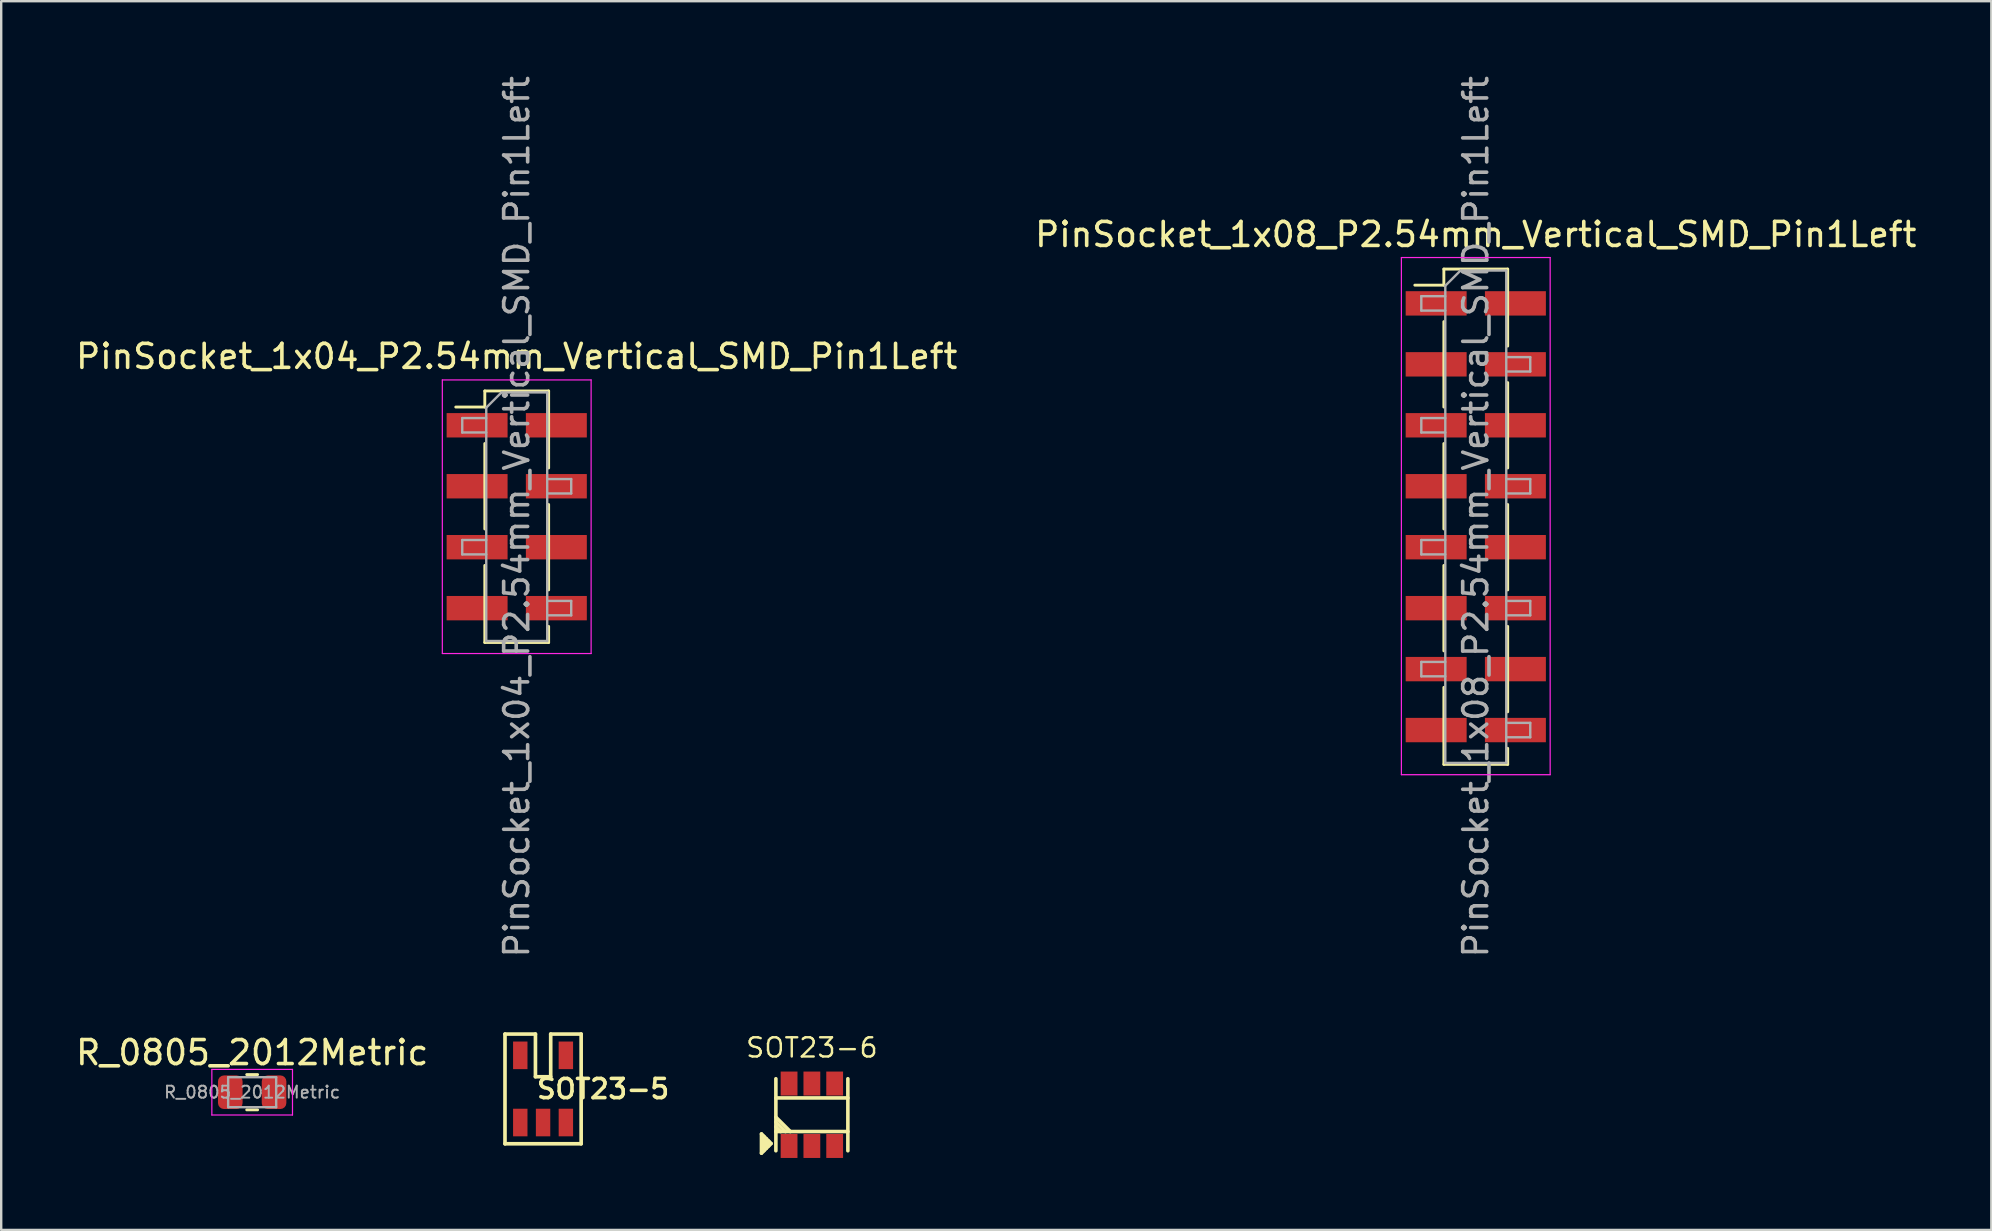
<source format=kicad_pcb>
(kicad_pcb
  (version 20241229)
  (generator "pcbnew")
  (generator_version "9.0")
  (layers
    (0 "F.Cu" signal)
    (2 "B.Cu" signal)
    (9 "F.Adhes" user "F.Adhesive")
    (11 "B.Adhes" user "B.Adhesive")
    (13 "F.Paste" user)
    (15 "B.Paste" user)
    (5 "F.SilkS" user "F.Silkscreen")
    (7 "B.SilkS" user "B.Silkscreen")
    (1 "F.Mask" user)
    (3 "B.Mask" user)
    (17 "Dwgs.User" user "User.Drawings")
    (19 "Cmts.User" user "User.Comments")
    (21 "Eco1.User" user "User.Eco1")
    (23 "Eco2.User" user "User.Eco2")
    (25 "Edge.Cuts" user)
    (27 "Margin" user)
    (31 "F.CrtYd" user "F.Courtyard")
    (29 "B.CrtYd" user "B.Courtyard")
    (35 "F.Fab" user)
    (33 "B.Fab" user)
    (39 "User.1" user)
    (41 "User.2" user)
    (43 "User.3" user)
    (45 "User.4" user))
  (footprint "PinSocket_1x04_P2.54mm_Vertical_SMD_Pin1Left"
    (layer "F.Cu")
    (at 18.482 18.482)
    (property "Reference" "PinSocket_1x04_P2.54mm_Vertical_SMD_Pin1Left" (at 0 -6.68 0) (layer "F.SilkS") (effects (font (size 1 1) (thickness 0.15))))
    (attr smd)
    (fp_line (start -2.54 -4.57) (end -1.33 -4.57) (stroke (width 0.12) (type solid)) (layer "F.SilkS"))
    (fp_line (start -1.33 -5.24) (end -1.33 -4.57) (stroke (width 0.12) (type solid)) (layer "F.SilkS"))
    (fp_line (start -1.33 -5.24) (end 1.33 -5.24) (stroke (width 0.12) (type solid)) (layer "F.SilkS"))
    (fp_line (start -1.33 -3.05) (end -1.33 0.51) (stroke (width 0.12) (type solid)) (layer "F.SilkS"))
    (fp_line (start -1.33 2.03) (end -1.33 5.24) (stroke (width 0.12) (type solid)) (layer "F.SilkS"))
    (fp_line (start -1.33 5.24) (end 1.33 5.24) (stroke (width 0.12) (type solid)) (layer "F.SilkS"))
    (fp_line (start 1.33 -5.24) (end 1.33 -2.03) (stroke (width 0.12) (type solid)) (layer "F.SilkS"))
    (fp_line (start 1.33 -0.51) (end 1.33 3.05) (stroke (width 0.12) (type solid)) (layer "F.SilkS"))
    (fp_line (start 1.33 4.57) (end 1.33 5.24) (stroke (width 0.12) (type solid)) (layer "F.SilkS"))
    (fp_line (start -3.1 -5.7) (end 3.1 -5.7) (stroke (width 0.05) (type solid)) (layer "F.CrtYd"))
    (fp_line (start -3.1 5.7) (end -3.1 -5.7) (stroke (width 0.05) (type solid)) (layer "F.CrtYd"))
    (fp_line (start 3.1 -5.7) (end 3.1 5.7) (stroke (width 0.05) (type solid)) (layer "F.CrtYd"))
    (fp_line (start 3.1 5.7) (end -3.1 5.7) (stroke (width 0.05) (type solid)) (layer "F.CrtYd"))
    (fp_line (start -2.27 -4.11) (end -1.27 -4.11) (stroke (width 0.1) (type solid)) (layer "F.Fab"))
    (fp_line (start -2.27 -3.51) (end -2.27 -4.11) (stroke (width 0.1) (type solid)) (layer "F.Fab"))
    (fp_line (start -2.27 0.97) (end -1.27 0.97) (stroke (width 0.1) (type solid)) (layer "F.Fab"))
    (fp_line (start -2.27 1.57) (end -2.27 0.97) (stroke (width 0.1) (type solid)) (layer "F.Fab"))
    (fp_line (start -1.27 -4.545) (end -0.635 -5.18) (stroke (width 0.1) (type solid)) (layer "F.Fab"))
    (fp_line (start -1.27 -3.51) (end -2.27 -3.51) (stroke (width 0.1) (type solid)) (layer "F.Fab"))
    (fp_line (start -1.27 1.57) (end -2.27 1.57) (stroke (width 0.1) (type solid)) (layer "F.Fab"))
    (fp_line (start -1.27 5.18) (end -1.27 -4.545) (stroke (width 0.1) (type solid)) (layer "F.Fab"))
    (fp_line (start -0.635 -5.18) (end 1.27 -5.18) (stroke (width 0.1) (type solid)) (layer "F.Fab"))
    (fp_line (start 1.27 -5.18) (end 1.27 5.18) (stroke (width 0.1) (type solid)) (layer "F.Fab"))
    (fp_line (start 1.27 -1.57) (end 2.27 -1.57) (stroke (width 0.1) (type solid)) (layer "F.Fab"))
    (fp_line (start 1.27 3.51) (end 2.27 3.51) (stroke (width 0.1) (type solid)) (layer "F.Fab"))
    (fp_line (start 1.27 5.18) (end -1.27 5.18) (stroke (width 0.1) (type solid)) (layer "F.Fab"))
    (fp_line (start 2.27 -1.57) (end 2.27 -0.97) (stroke (width 0.1) (type solid)) (layer "F.Fab"))
    (fp_line (start 2.27 -0.97) (end 1.27 -0.97) (stroke (width 0.1) (type solid)) (layer "F.Fab"))
    (fp_line (start 2.27 3.51) (end 2.27 4.11) (stroke (width 0.1) (type solid)) (layer "F.Fab"))
    (fp_line (start 2.27 4.11) (end 1.27 4.11) (stroke (width 0.1) (type solid)) (layer "F.Fab"))
    (fp_text user "${REFERENCE}" (at 0 0 90) (layer "F.Fab") (effects (font (size 1 1) (thickness 0.15))))
    (pad "1" smd rect (at -1.651 -3.81) (size 2.54 1.016) (layers "F.Cu" "F.Mask" "F.Paste"))
    (pad "1" smd rect (at 1.651 -3.81) (size 2.54 1.016) (layers "F.Cu" "F.Mask" "F.Paste"))
    (pad "2" smd rect (at -1.651 -1.27) (size 2.54 1.016) (layers "F.Cu" "F.Mask" "F.Paste"))
    (pad "2" smd rect (at 1.651 -1.27) (size 2.54 1.016) (layers "F.Cu" "F.Mask" "F.Paste"))
    (pad "3" smd rect (at -1.651 1.27) (size 2.54 1.016) (layers "F.Cu" "F.Mask" "F.Paste"))
    (pad "3" smd rect (at 1.651 1.27) (size 2.54 1.016) (layers "F.Cu" "F.Mask" "F.Paste"))
    (pad "4" smd rect (at -1.651 3.81) (size 2.54 1.016) (layers "F.Cu" "F.Mask" "F.Paste"))
    (pad "4" smd rect (at 1.651 3.81) (size 2.54 1.016) (layers "F.Cu" "F.Mask" "F.Paste")))
  (footprint "SOT23-5"
    (layer "F.Cu")
    (at 19.58 42.326)
    (property "Reference" "SOT23-5" (at 2.5 0 0) (layer "F.SilkS") (effects (font (size 0.8 0.8) (thickness 0.15))))
    (attr smd)
    (fp_line (start -1.587 -2.286) (end -1.587 2.286) (stroke (width 0.152) (type solid)) (layer "F.SilkS"))
    (fp_line (start -1.587 2.286) (end 1.587 2.286) (stroke (width 0.152) (type solid)) (layer "F.SilkS"))
    (fp_line (start -0.318 -2.286) (end -1.587 -2.286) (stroke (width 0.152) (type solid)) (layer "F.SilkS"))
    (fp_line (start -0.318 -2.286) (end -0.318 -0.508) (stroke (width 0.152) (type solid)) (layer "F.SilkS"))
    (fp_line (start -0.318 -0.508) (end 0.318 -0.508) (stroke (width 0.152) (type solid)) (layer "F.SilkS"))
    (fp_line (start 0.318 -2.286) (end 1.587 -2.286) (stroke (width 0.152) (type solid)) (layer "F.SilkS"))
    (fp_line (start 0.318 -0.508) (end 0.318 -2.286) (stroke (width 0.152) (type solid)) (layer "F.SilkS"))
    (fp_line (start 1.587 2.286) (end 1.587 -2.286) (stroke (width 0.152) (type solid)) (layer "F.SilkS"))
    (pad "1" smd rect (at -0.95 1.4) (size 0.6 1.15) (layers "F.Cu" "F.Mask" "F.Paste"))
    (pad "2" smd rect (at 0 1.4) (size 0.6 1.15) (layers "F.Cu" "F.Mask" "F.Paste"))
    (pad "3" smd rect (at 0.95 1.4) (size 0.6 1.15) (layers "F.Cu" "F.Mask" "F.Paste"))
    (pad "4" smd rect (at 0.95 -1.4) (size 0.6 1.15) (layers "F.Cu" "F.Mask" "F.Paste"))
    (pad "5" smd rect (at -0.95 -1.4) (size 0.6 1.15) (layers "F.Cu" "F.Mask" "F.Paste")))
  (footprint "PinSocket_1x08_P2.54mm_Vertical_SMD_Pin1Left"
    (layer "F.Cu")
    (at 58.446 18.482)
    (property "Reference" "PinSocket_1x08_P2.54mm_Vertical_SMD_Pin1Left" (at 0 -11.76 0) (layer "F.SilkS") (effects (font (size 1 1) (thickness 0.15))))
    (attr smd)
    (fp_line (start -2.54 -9.65) (end -1.33 -9.65) (stroke (width 0.12) (type solid)) (layer "F.SilkS"))
    (fp_line (start -1.33 -10.32) (end -1.33 -9.65) (stroke (width 0.12) (type solid)) (layer "F.SilkS"))
    (fp_line (start -1.33 -10.32) (end 1.33 -10.32) (stroke (width 0.12) (type solid)) (layer "F.SilkS"))
    (fp_line (start -1.33 -8.13) (end -1.33 -4.57) (stroke (width 0.12) (type solid)) (layer "F.SilkS"))
    (fp_line (start -1.33 -3.05) (end -1.33 0.51) (stroke (width 0.12) (type solid)) (layer "F.SilkS"))
    (fp_line (start -1.33 2.03) (end -1.33 5.59) (stroke (width 0.12) (type solid)) (layer "F.SilkS"))
    (fp_line (start -1.33 7.11) (end -1.33 10.32) (stroke (width 0.12) (type solid)) (layer "F.SilkS"))
    (fp_line (start -1.33 10.32) (end 1.33 10.32) (stroke (width 0.12) (type solid)) (layer "F.SilkS"))
    (fp_line (start 1.33 -10.32) (end 1.33 -7.11) (stroke (width 0.12) (type solid)) (layer "F.SilkS"))
    (fp_line (start 1.33 -5.59) (end 1.33 -2.03) (stroke (width 0.12) (type solid)) (layer "F.SilkS"))
    (fp_line (start 1.33 -0.51) (end 1.33 3.05) (stroke (width 0.12) (type solid)) (layer "F.SilkS"))
    (fp_line (start 1.33 4.57) (end 1.33 8.13) (stroke (width 0.12) (type solid)) (layer "F.SilkS"))
    (fp_line (start 1.33 9.65) (end 1.33 10.32) (stroke (width 0.12) (type solid)) (layer "F.SilkS"))
    (fp_line (start -3.1 -10.8) (end 3.1 -10.8) (stroke (width 0.05) (type solid)) (layer "F.CrtYd"))
    (fp_line (start -3.1 10.75) (end -3.1 -10.8) (stroke (width 0.05) (type solid)) (layer "F.CrtYd"))
    (fp_line (start 3.1 -10.8) (end 3.1 10.75) (stroke (width 0.05) (type solid)) (layer "F.CrtYd"))
    (fp_line (start 3.1 10.75) (end -3.1 10.75) (stroke (width 0.05) (type solid)) (layer "F.CrtYd"))
    (fp_line (start -2.27 -9.19) (end -1.27 -9.19) (stroke (width 0.1) (type solid)) (layer "F.Fab"))
    (fp_line (start -2.27 -8.59) (end -2.27 -9.19) (stroke (width 0.1) (type solid)) (layer "F.Fab"))
    (fp_line (start -2.27 -4.11) (end -1.27 -4.11) (stroke (width 0.1) (type solid)) (layer "F.Fab"))
    (fp_line (start -2.27 -3.51) (end -2.27 -4.11) (stroke (width 0.1) (type solid)) (layer "F.Fab"))
    (fp_line (start -2.27 0.97) (end -1.27 0.97) (stroke (width 0.1) (type solid)) (layer "F.Fab"))
    (fp_line (start -2.27 1.57) (end -2.27 0.97) (stroke (width 0.1) (type solid)) (layer "F.Fab"))
    (fp_line (start -2.27 6.05) (end -1.27 6.05) (stroke (width 0.1) (type solid)) (layer "F.Fab"))
    (fp_line (start -2.27 6.65) (end -2.27 6.05) (stroke (width 0.1) (type solid)) (layer "F.Fab"))
    (fp_line (start -1.27 -9.625) (end -0.635 -10.26) (stroke (width 0.1) (type solid)) (layer "F.Fab"))
    (fp_line (start -1.27 -8.59) (end -2.27 -8.59) (stroke (width 0.1) (type solid)) (layer "F.Fab"))
    (fp_line (start -1.27 -3.51) (end -2.27 -3.51) (stroke (width 0.1) (type solid)) (layer "F.Fab"))
    (fp_line (start -1.27 1.57) (end -2.27 1.57) (stroke (width 0.1) (type solid)) (layer "F.Fab"))
    (fp_line (start -1.27 6.65) (end -2.27 6.65) (stroke (width 0.1) (type solid)) (layer "F.Fab"))
    (fp_line (start -1.27 10.26) (end -1.27 -9.625) (stroke (width 0.1) (type solid)) (layer "F.Fab"))
    (fp_line (start -0.635 -10.26) (end 1.27 -10.26) (stroke (width 0.1) (type solid)) (layer "F.Fab"))
    (fp_line (start 1.27 -10.26) (end 1.27 10.26) (stroke (width 0.1) (type solid)) (layer "F.Fab"))
    (fp_line (start 1.27 -6.65) (end 2.27 -6.65) (stroke (width 0.1) (type solid)) (layer "F.Fab"))
    (fp_line (start 1.27 -1.57) (end 2.27 -1.57) (stroke (width 0.1) (type solid)) (layer "F.Fab"))
    (fp_line (start 1.27 3.51) (end 2.27 3.51) (stroke (width 0.1) (type solid)) (layer "F.Fab"))
    (fp_line (start 1.27 8.59) (end 2.27 8.59) (stroke (width 0.1) (type solid)) (layer "F.Fab"))
    (fp_line (start 1.27 10.26) (end -1.27 10.26) (stroke (width 0.1) (type solid)) (layer "F.Fab"))
    (fp_line (start 2.27 -6.65) (end 2.27 -6.05) (stroke (width 0.1) (type solid)) (layer "F.Fab"))
    (fp_line (start 2.27 -6.05) (end 1.27 -6.05) (stroke (width 0.1) (type solid)) (layer "F.Fab"))
    (fp_line (start 2.27 -1.57) (end 2.27 -0.97) (stroke (width 0.1) (type solid)) (layer "F.Fab"))
    (fp_line (start 2.27 -0.97) (end 1.27 -0.97) (stroke (width 0.1) (type solid)) (layer "F.Fab"))
    (fp_line (start 2.27 3.51) (end 2.27 4.11) (stroke (width 0.1) (type solid)) (layer "F.Fab"))
    (fp_line (start 2.27 4.11) (end 1.27 4.11) (stroke (width 0.1) (type solid)) (layer "F.Fab"))
    (fp_line (start 2.27 8.59) (end 2.27 9.19) (stroke (width 0.1) (type solid)) (layer "F.Fab"))
    (fp_line (start 2.27 9.19) (end 1.27 9.19) (stroke (width 0.1) (type solid)) (layer "F.Fab"))
    (fp_text user "${REFERENCE}" (at 0 0 270) (layer "F.Fab") (effects (font (size 1 1) (thickness 0.15))))
    (pad "1" smd rect (at -1.651 -8.89) (size 2.54 1.016) (layers "F.Cu" "F.Mask" "F.Paste"))
    (pad "1" smd rect (at 1.651 -8.89) (size 2.54 1.016) (layers "F.Cu" "F.Mask" "F.Paste"))
    (pad "2" smd rect (at -1.651 -6.35) (size 2.54 1.016) (layers "F.Cu" "F.Mask" "F.Paste"))
    (pad "2" smd rect (at 1.651 -6.35) (size 2.54 1.016) (layers "F.Cu" "F.Mask" "F.Paste"))
    (pad "3" smd rect (at -1.651 -3.81) (size 2.54 1.016) (layers "F.Cu" "F.Mask" "F.Paste"))
    (pad "3" smd rect (at 1.651 -3.81) (size 2.54 1.016) (layers "F.Cu" "F.Mask" "F.Paste"))
    (pad "4" smd rect (at -1.651 -1.27) (size 2.54 1.016) (layers "F.Cu" "F.Mask" "F.Paste"))
    (pad "4" smd rect (at 1.651 -1.27) (size 2.54 1.016) (layers "F.Cu" "F.Mask" "F.Paste"))
    (pad "5" smd rect (at -1.651 1.27) (size 2.54 1.016) (layers "F.Cu" "F.Mask" "F.Paste"))
    (pad "5" smd rect (at 1.651 1.27) (size 2.54 1.016) (layers "F.Cu" "F.Mask" "F.Paste"))
    (pad "6" smd rect (at -1.651 3.81) (size 2.54 1.016) (layers "F.Cu" "F.Mask" "F.Paste"))
    (pad "6" smd rect (at 1.651 3.81) (size 2.54 1.016) (layers "F.Cu" "F.Mask" "F.Paste"))
    (pad "7" smd rect (at -1.651 6.35) (size 2.54 1.016) (layers "F.Cu" "F.Mask" "F.Paste"))
    (pad "7" smd rect (at 1.651 6.35) (size 2.54 1.016) (layers "F.Cu" "F.Mask" "F.Paste"))
    (pad "8" smd rect (at -1.651 8.89) (size 2.54 1.016) (layers "F.Cu" "F.Mask" "F.Paste"))
    (pad "8" smd rect (at 1.651 8.89) (size 2.54 1.016) (layers "F.Cu" "F.Mask" "F.Paste")))
  (footprint "SOT23-6"
    (layer "F.Cu")
    (at 30.781 43.402)
    (property "Reference" "SOT23-6" (at 0 -2.794 0) (layer "F.SilkS") (effects (font (size 0.8 0.8) (thickness 0.1))))
    (attr smd)
    (fp_line (start -2.1 0.8) (end -2.1 1.6) (stroke (width 0.15) (type solid)) (layer "F.SilkS"))
    (fp_line (start -2.1 1.6) (end -1.7 1.2) (stroke (width 0.15) (type solid)) (layer "F.SilkS"))
    (fp_line (start -2 0.9) (end -2 1.5) (stroke (width 0.15) (type solid)) (layer "F.SilkS"))
    (fp_line (start -1.9 1.4) (end -1.9 1) (stroke (width 0.15) (type solid)) (layer "F.SilkS"))
    (fp_line (start -1.8 1.1) (end -1.8 1.3) (stroke (width 0.15) (type solid)) (layer "F.SilkS"))
    (fp_line (start -1.7 1.2) (end -2.1 0.8) (stroke (width 0.15) (type solid)) (layer "F.SilkS"))
    (fp_line (start -1.5 -0.7) (end 1.5 -0.7) (stroke (width 0.15) (type solid)) (layer "F.SilkS"))
    (fp_line (start -1.5 0.1) (end -0.9 0.7) (stroke (width 0.15) (type solid)) (layer "F.SilkS"))
    (fp_line (start -1.5 0.5) (end -1.3 0.7) (stroke (width 0.15) (type solid)) (layer "F.SilkS"))
    (fp_line (start -1.5 1.5) (end -1.5 -1.5) (stroke (width 0.15) (type solid)) (layer "F.SilkS"))
    (fp_line (start -1.1 0.7) (end -1.5 0.3) (stroke (width 0.15) (type solid)) (layer "F.SilkS"))
    (fp_line (start 1.5 -1.5) (end 1.5 1.5) (stroke (width 0.15) (type solid)) (layer "F.SilkS"))
    (fp_line (start 1.5 0.7) (end -1.5 0.7) (stroke (width 0.15) (type solid)) (layer "F.SilkS"))
    (pad "1" smd rect (at -0.95 1.3) (size 0.7 1) (layers "F.Cu" "F.Mask" "F.Paste"))
    (pad "2" smd rect (at 0 1.3) (size 0.7 1) (layers "F.Cu" "F.Mask" "F.Paste"))
    (pad "3" smd rect (at 0.95 1.3) (size 0.7 1) (layers "F.Cu" "F.Mask" "F.Paste"))
    (pad "4" smd rect (at 0.95 -1.3) (size 0.7 1) (layers "F.Cu" "F.Mask" "F.Paste"))
    (pad "5" smd rect (at 0 -1.3) (size 0.7 1) (layers "F.Cu" "F.Mask" "F.Paste"))
    (pad "6" smd rect (at -0.95 -1.3) (size 0.7 1) (layers "F.Cu" "F.Mask" "F.Paste")))
  (footprint "R_0805_2012Metric"
    (layer "F.Cu")
    (at 7.458 42.463)
    (property "Reference" "R_0805_2012Metric" (at 0 -1.65 0) (layer "F.SilkS") (effects (font (size 1 1) (thickness 0.15))))
    (attr smd)
    (fp_line (start -0.227 -0.735) (end 0.227 -0.735) (stroke (width 0.12) (type solid)) (layer "F.SilkS"))
    (fp_line (start -0.227 0.735) (end 0.227 0.735) (stroke (width 0.12) (type solid)) (layer "F.SilkS"))
    (fp_line (start -1.68 -0.95) (end 1.68 -0.95) (stroke (width 0.05) (type solid)) (layer "F.CrtYd"))
    (fp_line (start -1.68 0.95) (end -1.68 -0.95) (stroke (width 0.05) (type solid)) (layer "F.CrtYd"))
    (fp_line (start 1.68 -0.95) (end 1.68 0.95) (stroke (width 0.05) (type solid)) (layer "F.CrtYd"))
    (fp_line (start 1.68 0.95) (end -1.68 0.95) (stroke (width 0.05) (type solid)) (layer "F.CrtYd"))
    (fp_line (start -1 -0.625) (end 1 -0.625) (stroke (width 0.1) (type solid)) (layer "F.Fab"))
    (fp_line (start -1 0.625) (end -1 -0.625) (stroke (width 0.1) (type solid)) (layer "F.Fab"))
    (fp_line (start 1 -0.625) (end 1 0.625) (stroke (width 0.1) (type solid)) (layer "F.Fab"))
    (fp_line (start 1 0.625) (end -1 0.625) (stroke (width 0.1) (type solid)) (layer "F.Fab"))
    (fp_text user "${REFERENCE}" (at 0 0 0) (layer "F.Fab") (effects (font (size 0.5 0.5) (thickness 0.08))))
    (pad "1" smd roundrect (at -0.912 0) (size 1.025 1.4) (layers "F.Cu" "F.Mask" "F.Paste") (roundrect_rratio 0.244))
    (pad "2" smd roundrect (at 0.912 0) (size 1.025 1.4) (layers "F.Cu" "F.Mask" "F.Paste") (roundrect_rratio 0.244)))
  (gr_rect
    (start -3 -3)
    (end 79.929 48.202)
    (stroke (width 0.1) (type default))
    (fill no)
    (layer "Edge.Cuts")))
</source>
